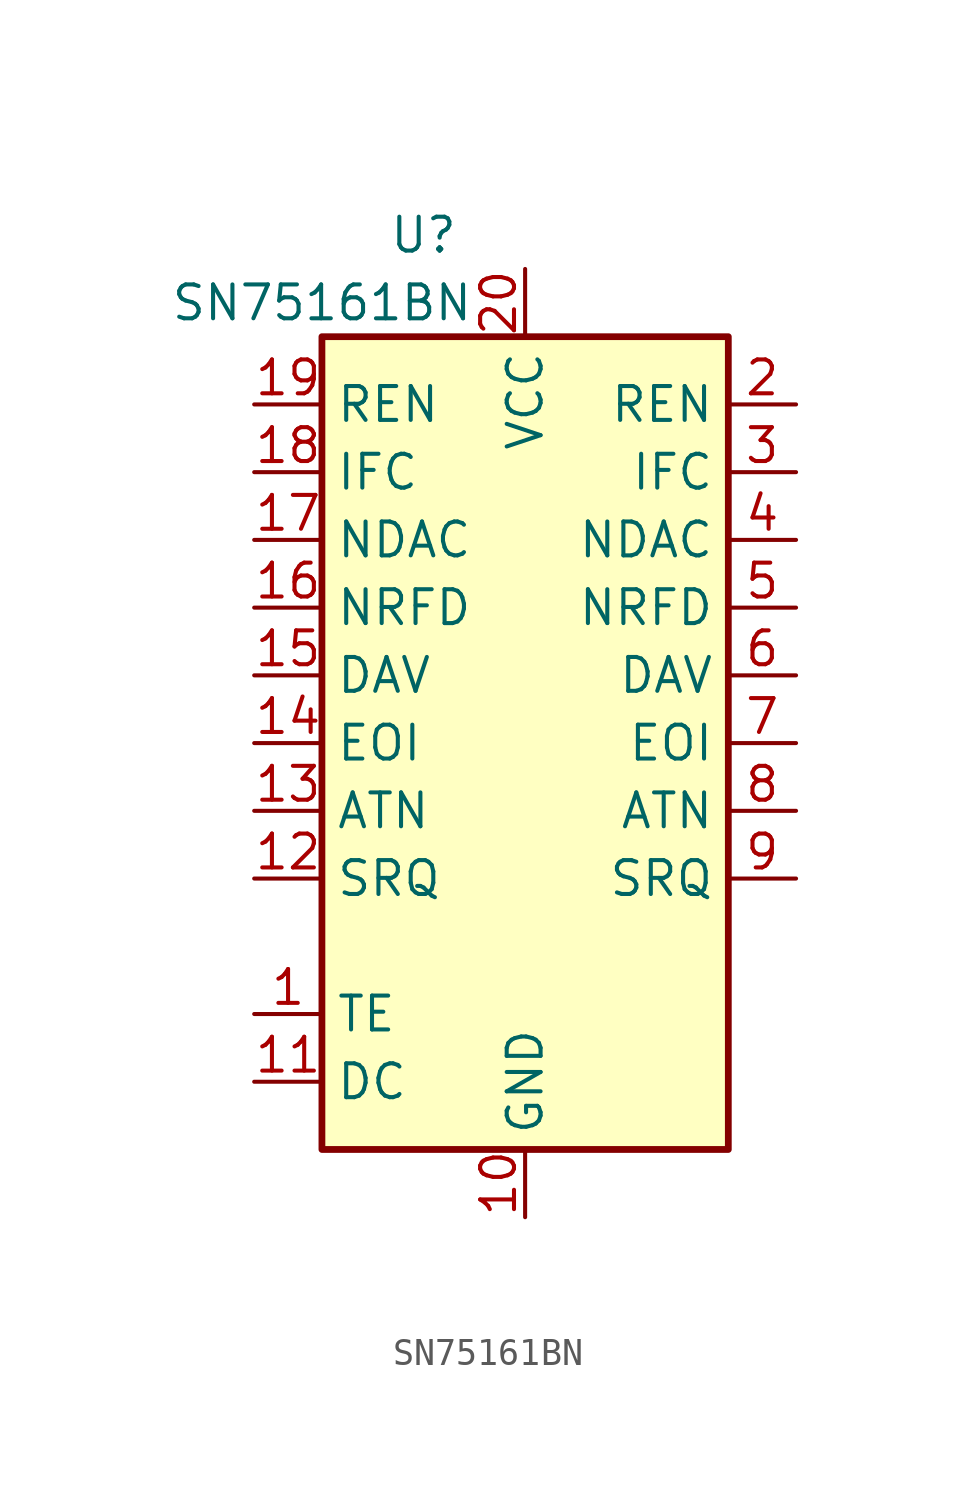
<source format=kicad_sym>
(kicad_symbol_lib
  (version 20211014)
  (generator kicad_symbol_editor)
  (symbol "SN75161BN"
    (property "Reference" "U"
      (at -3.81 19.05 0)
      (effects (font (size 1.27 1.27))))
    (property "Value" "SN75161BN"
      (at -7.62 16.51 0)
      (effects (font (size 1.27 1.27))))
    (symbol "SN75161BN_1_1"
      (rectangle (start -7.62 15.24) (end 7.62 -15.24) (stroke (width 0.254) (type default) (color 0 0 0 0)) (fill (type background)))
      (pin input line (at -10.16 -10.16 0) (length 2.54) (name "TE" (effects (font (size 1.27 1.27)))) (number "1" (effects (font (size 1.27 1.27)))))
      (pin power_in line (at 0 -17.78 90) (length 2.54) (name "GND" (effects (font (size 1.27 1.27)))) (number "10" (effects (font (size 1.27 1.27)))))
      (pin input line (at -10.16 -12.7 0) (length 2.54) (name "DC" (effects (font (size 1.27 1.27)))) (number "11" (effects (font (size 1.27 1.27)))))
      (pin bidirectional line (at -10.16 -5.08 0) (length 2.54) (name "SRQ" (effects (font (size 1.27 1.27)))) (number "12" (effects (font (size 1.27 1.27)))))
      (pin bidirectional line (at -10.16 -2.54 0) (length 2.54) (name "ATN" (effects (font (size 1.27 1.27)))) (number "13" (effects (font (size 1.27 1.27)))))
      (pin bidirectional line (at -10.16 0 0) (length 2.54) (name "EOI" (effects (font (size 1.27 1.27)))) (number "14" (effects (font (size 1.27 1.27)))))
      (pin bidirectional line (at -10.16 2.54 0) (length 2.54) (name "DAV" (effects (font (size 1.27 1.27)))) (number "15" (effects (font (size 1.27 1.27)))))
      (pin bidirectional line (at -10.16 5.08 0) (length 2.54) (name "NRFD" (effects (font (size 1.27 1.27)))) (number "16" (effects (font (size 1.27 1.27)))))
      (pin bidirectional line (at -10.16 7.62 0) (length 2.54) (name "NDAC" (effects (font (size 1.27 1.27)))) (number "17" (effects (font (size 1.27 1.27)))))
      (pin bidirectional line (at -10.16 10.16 0) (length 2.54) (name "IFC" (effects (font (size 1.27 1.27)))) (number "18" (effects (font (size 1.27 1.27)))))
      (pin bidirectional line (at -10.16 12.7 0) (length 2.54) (name "REN" (effects (font (size 1.27 1.27)))) (number "19" (effects (font (size 1.27 1.27)))))
      (pin bidirectional line (at 10.16 12.7 180) (length 2.54) (name "REN" (effects (font (size 1.27 1.27)))) (number "2" (effects (font (size 1.27 1.27)))))
      (pin power_in line (at 0 17.78 270) (length 2.54) (name "VCC" (effects (font (size 1.27 1.27)))) (number "20" (effects (font (size 1.27 1.27)))))
      (pin bidirectional line (at 10.16 10.16 180) (length 2.54) (name "IFC" (effects (font (size 1.27 1.27)))) (number "3" (effects (font (size 1.27 1.27)))))
      (pin bidirectional line (at 10.16 7.62 180) (length 2.54) (name "NDAC" (effects (font (size 1.27 1.27)))) (number "4" (effects (font (size 1.27 1.27)))))
      (pin bidirectional line (at 10.16 5.08 180) (length 2.54) (name "NRFD" (effects (font (size 1.27 1.27)))) (number "5" (effects (font (size 1.27 1.27)))))
      (pin bidirectional line (at 10.16 2.54 180) (length 2.54) (name "DAV" (effects (font (size 1.27 1.27)))) (number "6" (effects (font (size 1.27 1.27)))))
      (pin bidirectional line (at 10.16 0 180) (length 2.54) (name "EOI" (effects (font (size 1.27 1.27)))) (number "7" (effects (font (size 1.27 1.27)))))
      (pin bidirectional line (at 10.16 -2.54 180) (length 2.54) (name "ATN" (effects (font (size 1.27 1.27)))) (number "8" (effects (font (size 1.27 1.27)))))
      (pin bidirectional line (at 10.16 -5.08 180) (length 2.54) (name "SRQ" (effects (font (size 1.27 1.27)))) (number "9" (effects (font (size 1.27 1.27))))))))
</source>
